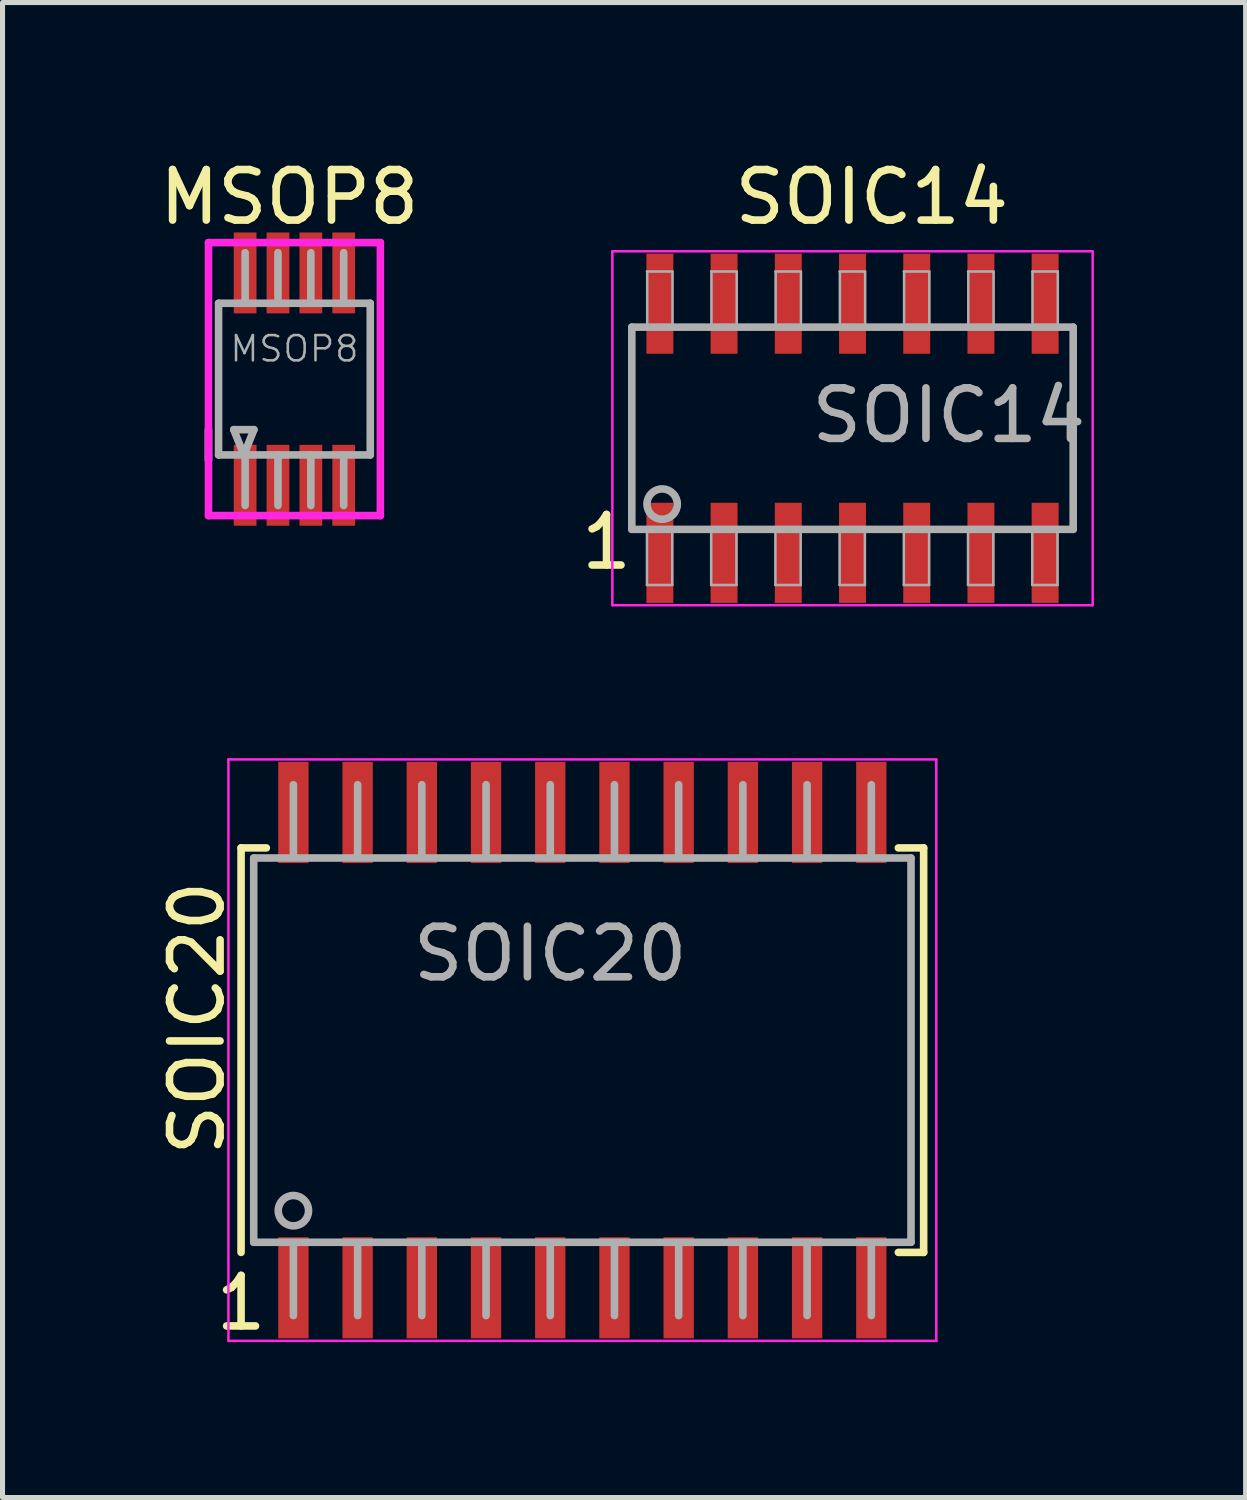
<source format=kicad_pcb>
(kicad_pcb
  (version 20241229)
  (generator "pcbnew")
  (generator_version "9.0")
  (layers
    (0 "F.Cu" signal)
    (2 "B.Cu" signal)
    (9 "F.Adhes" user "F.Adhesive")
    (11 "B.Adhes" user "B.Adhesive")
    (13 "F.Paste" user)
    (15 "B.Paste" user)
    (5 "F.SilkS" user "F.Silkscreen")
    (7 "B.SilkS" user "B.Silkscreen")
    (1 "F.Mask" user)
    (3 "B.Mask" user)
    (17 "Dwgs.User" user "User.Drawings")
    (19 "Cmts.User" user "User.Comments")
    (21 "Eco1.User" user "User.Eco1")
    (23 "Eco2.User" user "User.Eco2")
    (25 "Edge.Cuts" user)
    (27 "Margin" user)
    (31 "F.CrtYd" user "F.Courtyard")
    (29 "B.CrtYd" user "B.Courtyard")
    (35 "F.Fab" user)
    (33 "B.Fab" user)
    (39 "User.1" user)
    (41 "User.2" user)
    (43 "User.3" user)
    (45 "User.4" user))
  (footprint "MSOP8"
    (layer "F.Cu")
    (at 2.773 4.448)
    (property "Reference" "MSOP8" (at -0.1 -3.6 0) (layer "F.SilkS") (effects (font (size 1 1) (thickness 0.15))))
    (attr smd)
    (fp_line (start -1.7 1) (end -1.7 1.6) (stroke (width 0.15) (type solid)) (layer "F.SilkS"))
    (fp_line (start -1.7 -2.7) (end 1.7 -2.7) (stroke (width 0.15) (type solid)) (layer "F.CrtYd"))
    (fp_line (start -1.7 2.7) (end -1.7 -2.7) (stroke (width 0.15) (type solid)) (layer "F.CrtYd"))
    (fp_line (start 1.7 -2.7) (end 1.7 2.7) (stroke (width 0.15) (type solid)) (layer "F.CrtYd"))
    (fp_line (start 1.7 2.7) (end -1.7 2.7) (stroke (width 0.15) (type solid)) (layer "F.CrtYd"))
    (fp_line (start -1.5 -1.5) (end 1.5 -1.5) (stroke (width 0.15) (type solid)) (layer "F.Fab"))
    (fp_line (start -1.5 1.5) (end -1.5 -1.5) (stroke (width 0.15) (type solid)) (layer "F.Fab"))
    (fp_line (start -1.2 1) (end -0.8 1) (stroke (width 0.15) (type solid)) (layer "F.Fab"))
    (fp_line (start -1 1.5) (end -1.2 1) (stroke (width 0.15) (type solid)) (layer "F.Fab"))
    (fp_line (start -0.975 -1.5) (end -0.975 -2.5) (stroke (width 0.15) (type solid)) (layer "F.Fab"))
    (fp_line (start -0.975 2.5) (end -0.975 1.5) (stroke (width 0.15) (type solid)) (layer "F.Fab"))
    (fp_line (start -0.8 1) (end -1 1.5) (stroke (width 0.15) (type solid)) (layer "F.Fab"))
    (fp_line (start -0.325 -1.5) (end -0.325 -2.5) (stroke (width 0.15) (type solid)) (layer "F.Fab"))
    (fp_line (start -0.325 2.5) (end -0.325 1.5) (stroke (width 0.15) (type solid)) (layer "F.Fab"))
    (fp_line (start 0.325 -1.5) (end 0.325 -2.5) (stroke (width 0.15) (type solid)) (layer "F.Fab"))
    (fp_line (start 0.325 2.5) (end 0.325 1.5) (stroke (width 0.15) (type solid)) (layer "F.Fab"))
    (fp_line (start 0.975 -1.5) (end 0.975 -2.5) (stroke (width 0.15) (type solid)) (layer "F.Fab"))
    (fp_line (start 0.975 2.5) (end 0.975 1.5) (stroke (width 0.15) (type solid)) (layer "F.Fab"))
    (fp_line (start 1.5 -1.5) (end 1.5 1.5) (stroke (width 0.15) (type solid)) (layer "F.Fab"))
    (fp_line (start 1.5 1.5) (end -1.5 1.5) (stroke (width 0.15) (type solid)) (layer "F.Fab"))
    (fp_text user "${REFERENCE}" (at 0 -0.6 0) (layer "F.Fab") (effects (font (size 0.5 0.5) (thickness 0.05))))
    (pad "1" smd rect (at -0.975 2.1) (size 0.45 1.6) (layers "F.Cu" "F.Mask" "F.Paste"))
    (pad "2" smd rect (at -0.325 2.1) (size 0.45 1.6) (layers "F.Cu" "F.Mask" "F.Paste"))
    (pad "3" smd rect (at 0.325 2.1) (size 0.45 1.6) (layers "F.Cu" "F.Mask" "F.Paste"))
    (pad "4" smd rect (at 0.975 2.1) (size 0.45 1.6) (layers "F.Cu" "F.Mask" "F.Paste"))
    (pad "5" smd rect (at 0.975 -2.1) (size 0.45 1.6) (layers "F.Cu" "F.Mask" "F.Paste"))
    (pad "6" smd rect (at 0.325 -2.1) (size 0.45 1.6) (layers "F.Cu" "F.Mask" "F.Paste"))
    (pad "7" smd rect (at -0.325 -2.1) (size 0.45 1.6) (layers "F.Cu" "F.Mask" "F.Paste"))
    (pad "8" smd rect (at -0.975 -2.1) (size 0.45 1.6) (layers "F.Cu" "F.Mask" "F.Paste")))
  (footprint "SOIC14"
    (layer "F.Cu")
    (at 13.811 5.42)
    (property "Reference" "SOIC14" (at 0.381 -4.572 0) (layer "F.SilkS") (effects (font (size 1 1) (thickness 0.15))))
    (attr smd)
    (fp_line (start -4.75 -3.5) (end 4.75 -3.5) (stroke (width 0.05) (type solid)) (layer "F.CrtYd"))
    (fp_line (start -4.75 3.5) (end -4.75 -3.5) (stroke (width 0.05) (type solid)) (layer "F.CrtYd"))
    (fp_line (start 4.75 -3.5) (end 4.75 3.5) (stroke (width 0.05) (type solid)) (layer "F.CrtYd"))
    (fp_line (start 4.75 3.5) (end -4.75 3.5) (stroke (width 0.05) (type solid)) (layer "F.CrtYd"))
    (fp_line (start -4.365 -2) (end 4.365 -2) (stroke (width 0.15) (type solid)) (layer "F.Fab"))
    (fp_line (start -4.365 2) (end -4.365 -2) (stroke (width 0.15) (type solid)) (layer "F.Fab"))
    (fp_line (start -4.065 -3.1) (end -3.565 -3.1) (stroke (width 0.05) (type solid)) (layer "F.Fab"))
    (fp_line (start -4.065 3.1) (end -4.065 2) (stroke (width 0.05) (type solid)) (layer "F.Fab"))
    (fp_line (start -4.065 3.1) (end -3.565 3.1) (stroke (width 0.05) (type solid)) (layer "F.Fab"))
    (fp_line (start -4.06 -2) (end -4.06 -3.1) (stroke (width 0.05) (type solid)) (layer "F.Fab"))
    (fp_line (start -3.565 3.1) (end -3.565 2) (stroke (width 0.05) (type solid)) (layer "F.Fab"))
    (fp_line (start -3.56 -2) (end -3.56 -3.1) (stroke (width 0.05) (type solid)) (layer "F.Fab"))
    (fp_line (start -2.795 -3.1) (end -2.295 -3.1) (stroke (width 0.05) (type solid)) (layer "F.Fab"))
    (fp_line (start -2.795 3.1) (end -2.795 2) (stroke (width 0.05) (type solid)) (layer "F.Fab"))
    (fp_line (start -2.795 3.1) (end -2.295 3.1) (stroke (width 0.05) (type solid)) (layer "F.Fab"))
    (fp_line (start -2.79 -2) (end -2.79 -3.1) (stroke (width 0.05) (type solid)) (layer "F.Fab"))
    (fp_line (start -2.295 3.1) (end -2.295 2) (stroke (width 0.05) (type solid)) (layer "F.Fab"))
    (fp_line (start -2.29 -2) (end -2.29 -3.1) (stroke (width 0.05) (type solid)) (layer "F.Fab"))
    (fp_line (start -1.525 -3.1) (end -1.025 -3.1) (stroke (width 0.05) (type solid)) (layer "F.Fab"))
    (fp_line (start -1.525 3.1) (end -1.525 2) (stroke (width 0.05) (type solid)) (layer "F.Fab"))
    (fp_line (start -1.525 3.1) (end -1.025 3.1) (stroke (width 0.05) (type solid)) (layer "F.Fab"))
    (fp_line (start -1.52 -2) (end -1.52 -3.1) (stroke (width 0.05) (type solid)) (layer "F.Fab"))
    (fp_line (start -1.025 3.1) (end -1.025 2) (stroke (width 0.05) (type solid)) (layer "F.Fab"))
    (fp_line (start -1.02 -2) (end -1.02 -3.1) (stroke (width 0.05) (type solid)) (layer "F.Fab"))
    (fp_line (start -0.255 -3.1) (end 0.245 -3.1) (stroke (width 0.05) (type solid)) (layer "F.Fab"))
    (fp_line (start -0.255 3.1) (end -0.255 2) (stroke (width 0.05) (type solid)) (layer "F.Fab"))
    (fp_line (start -0.255 3.1) (end 0.245 3.1) (stroke (width 0.05) (type solid)) (layer "F.Fab"))
    (fp_line (start -0.25 -2) (end -0.25 -3.1) (stroke (width 0.05) (type solid)) (layer "F.Fab"))
    (fp_line (start 0.245 3.1) (end 0.245 2) (stroke (width 0.05) (type solid)) (layer "F.Fab"))
    (fp_line (start 0.25 -2) (end 0.25 -3.1) (stroke (width 0.05) (type solid)) (layer "F.Fab"))
    (fp_line (start 1.015 -3.1) (end 1.515 -3.1) (stroke (width 0.05) (type solid)) (layer "F.Fab"))
    (fp_line (start 1.015 3.1) (end 1.015 2) (stroke (width 0.05) (type solid)) (layer "F.Fab"))
    (fp_line (start 1.015 3.1) (end 1.515 3.1) (stroke (width 0.05) (type solid)) (layer "F.Fab"))
    (fp_line (start 1.02 -2) (end 1.02 -3.1) (stroke (width 0.05) (type solid)) (layer "F.Fab"))
    (fp_line (start 1.515 3.1) (end 1.515 2) (stroke (width 0.05) (type solid)) (layer "F.Fab"))
    (fp_line (start 1.52 -2) (end 1.52 -3.1) (stroke (width 0.05) (type solid)) (layer "F.Fab"))
    (fp_line (start 2.285 -3.1) (end 2.785 -3.1) (stroke (width 0.05) (type solid)) (layer "F.Fab"))
    (fp_line (start 2.285 3.1) (end 2.285 2) (stroke (width 0.05) (type solid)) (layer "F.Fab"))
    (fp_line (start 2.285 3.1) (end 2.785 3.1) (stroke (width 0.05) (type solid)) (layer "F.Fab"))
    (fp_line (start 2.29 -2) (end 2.29 -3.1) (stroke (width 0.05) (type solid)) (layer "F.Fab"))
    (fp_line (start 2.785 3.1) (end 2.785 2) (stroke (width 0.05) (type solid)) (layer "F.Fab"))
    (fp_line (start 2.79 -2) (end 2.79 -3.1) (stroke (width 0.05) (type solid)) (layer "F.Fab"))
    (fp_line (start 3.555 -3.1) (end 4.055 -3.1) (stroke (width 0.05) (type solid)) (layer "F.Fab"))
    (fp_line (start 3.555 3.1) (end 3.555 2) (stroke (width 0.05) (type solid)) (layer "F.Fab"))
    (fp_line (start 3.555 3.1) (end 4.055 3.1) (stroke (width 0.05) (type solid)) (layer "F.Fab"))
    (fp_line (start 3.56 -2) (end 3.56 -3.1) (stroke (width 0.05) (type solid)) (layer "F.Fab"))
    (fp_line (start 4.055 3.1) (end 4.055 2) (stroke (width 0.05) (type solid)) (layer "F.Fab"))
    (fp_line (start 4.06 -2) (end 4.06 -3.1) (stroke (width 0.05) (type solid)) (layer "F.Fab"))
    (fp_line (start 4.365 -2) (end 4.365 2) (stroke (width 0.15) (type solid)) (layer "F.Fab"))
    (fp_line (start 4.365 2) (end -4.365 2) (stroke (width 0.15) (type solid)) (layer "F.Fab"))
    (fp_circle (center -3.765 1.5) (end -3.465 1.5) (stroke (width 0.15) (type solid)) (fill no) (layer "F.Fab"))
    (fp_text user "1" (at -4.865 2.25 0) (layer "F.SilkS") (effects (font (size 1 1) (thickness 0.15))))
    (fp_text user "${REFERENCE}" (at 1.905 -0.254 0) (layer "F.Fab") (effects (font (size 1 1) (thickness 0.15))))
    (pad "1" smd rect (at -3.81 2.464) (size 0.533 1.981) (layers "F.Cu" "F.Mask" "F.Paste"))
    (pad "2" smd rect (at -2.54 2.464) (size 0.533 1.981) (layers "F.Cu" "F.Mask" "F.Paste"))
    (pad "3" smd rect (at -1.27 2.464) (size 0.533 1.981) (layers "F.Cu" "F.Mask" "F.Paste"))
    (pad "4" smd rect (at 0 2.464) (size 0.533 1.981) (layers "F.Cu" "F.Mask" "F.Paste"))
    (pad "5" smd rect (at 1.27 2.464) (size 0.533 1.981) (layers "F.Cu" "F.Mask" "F.Paste"))
    (pad "6" smd rect (at 2.54 2.464) (size 0.533 1.981) (layers "F.Cu" "F.Mask" "F.Paste"))
    (pad "7" smd rect (at 3.81 2.464) (size 0.533 1.981) (layers "F.Cu" "F.Mask" "F.Paste"))
    (pad "8" smd rect (at 3.81 -2.464) (size 0.533 1.981) (layers "F.Cu" "F.Mask" "F.Paste"))
    (pad "9" smd rect (at 2.54 -2.464) (size 0.533 1.981) (layers "F.Cu" "F.Mask" "F.Paste"))
    (pad "10" smd rect (at 1.27 -2.464) (size 0.533 1.981) (layers "F.Cu" "F.Mask" "F.Paste"))
    (pad "11" smd rect (at 0 -2.464) (size 0.533 1.981) (layers "F.Cu" "F.Mask" "F.Paste"))
    (pad "12" smd rect (at -1.27 -2.464) (size 0.533 1.981) (layers "F.Cu" "F.Mask" "F.Paste"))
    (pad "13" smd rect (at -2.54 -2.464) (size 0.533 1.981) (layers "F.Cu" "F.Mask" "F.Paste"))
    (pad "14" smd rect (at -3.81 -2.464) (size 0.533 1.981) (layers "F.Cu" "F.Mask" "F.Paste")))
  (footprint "SOIC20"
    (layer "F.Cu")
    (at 8.468 17.72)
    (property "Reference" "SOIC20" (at -7.62 -0.635 90) (layer "F.SilkS") (effects (font (size 1 1) (thickness 0.15))))
    (attr smd)
    (fp_line (start -6.75 -4) (end -6.75 4) (stroke (width 0.15) (type solid)) (layer "F.SilkS"))
    (fp_line (start -6.25 -4) (end -6.75 -4) (stroke (width 0.15) (type solid)) (layer "F.SilkS"))
    (fp_line (start 6.25 -4) (end 6.75 -4) (stroke (width 0.15) (type solid)) (layer "F.SilkS"))
    (fp_line (start 6.75 -4) (end 6.75 4) (stroke (width 0.15) (type solid)) (layer "F.SilkS"))
    (fp_line (start 6.75 4) (end 6.25 4) (stroke (width 0.15) (type solid)) (layer "F.SilkS"))
    (fp_line (start -7 -5.75) (end 7 -5.75) (stroke (width 0.05) (type solid)) (layer "F.CrtYd"))
    (fp_line (start -7 5.75) (end -7 -5.75) (stroke (width 0.05) (type solid)) (layer "F.CrtYd"))
    (fp_line (start 7 -5.75) (end 7 5.75) (stroke (width 0.05) (type solid)) (layer "F.CrtYd"))
    (fp_line (start 7 5.75) (end -7 5.75) (stroke (width 0.05) (type solid)) (layer "F.CrtYd"))
    (fp_line (start -6.5 -3.8) (end 6.5 -3.8) (stroke (width 0.15) (type solid)) (layer "F.Fab"))
    (fp_line (start -6.5 3.8) (end -6.5 -3.8) (stroke (width 0.15) (type solid)) (layer "F.Fab"))
    (fp_line (start -5.715 -5.25) (end -5.715 -3.81) (stroke (width 0.15) (type solid)) (layer "F.Fab"))
    (fp_line (start -5.715 5.25) (end -5.715 3.81) (stroke (width 0.15) (type solid)) (layer "F.Fab"))
    (fp_line (start -4.445 -5.25) (end -4.445 -3.81) (stroke (width 0.15) (type solid)) (layer "F.Fab"))
    (fp_line (start -4.445 5.25) (end -4.445 3.81) (stroke (width 0.15) (type solid)) (layer "F.Fab"))
    (fp_line (start -3.175 -5.25) (end -3.175 -3.81) (stroke (width 0.15) (type solid)) (layer "F.Fab"))
    (fp_line (start -3.175 5.25) (end -3.175 3.81) (stroke (width 0.15) (type solid)) (layer "F.Fab"))
    (fp_line (start -1.905 -5.25) (end -1.905 -3.81) (stroke (width 0.15) (type solid)) (layer "F.Fab"))
    (fp_line (start -1.905 5.25) (end -1.905 3.81) (stroke (width 0.15) (type solid)) (layer "F.Fab"))
    (fp_line (start -0.635 -5.25) (end -0.635 -3.81) (stroke (width 0.15) (type solid)) (layer "F.Fab"))
    (fp_line (start -0.635 5.25) (end -0.635 3.81) (stroke (width 0.15) (type solid)) (layer "F.Fab"))
    (fp_line (start 0.635 -5.25) (end 0.635 -3.81) (stroke (width 0.15) (type solid)) (layer "F.Fab"))
    (fp_line (start 0.635 5.25) (end 0.635 3.81) (stroke (width 0.15) (type solid)) (layer "F.Fab"))
    (fp_line (start 1.905 -5.25) (end 1.905 -3.81) (stroke (width 0.15) (type solid)) (layer "F.Fab"))
    (fp_line (start 1.905 5.25) (end 1.905 3.81) (stroke (width 0.15) (type solid)) (layer "F.Fab"))
    (fp_line (start 3.175 -5.25) (end 3.175 -3.81) (stroke (width 0.15) (type solid)) (layer "F.Fab"))
    (fp_line (start 3.175 5.25) (end 3.175 3.81) (stroke (width 0.15) (type solid)) (layer "F.Fab"))
    (fp_line (start 4.445 -5.25) (end 4.445 -3.81) (stroke (width 0.15) (type solid)) (layer "F.Fab"))
    (fp_line (start 4.445 5.25) (end 4.445 3.81) (stroke (width 0.15) (type solid)) (layer "F.Fab"))
    (fp_line (start 5.715 -5.25) (end 5.715 -3.81) (stroke (width 0.15) (type solid)) (layer "F.Fab"))
    (fp_line (start 5.715 5.25) (end 5.715 3.81) (stroke (width 0.15) (type solid)) (layer "F.Fab"))
    (fp_line (start 6.5 -3.8) (end 6.5 3.8) (stroke (width 0.15) (type solid)) (layer "F.Fab"))
    (fp_line (start 6.5 3.8) (end -6.5 3.8) (stroke (width 0.15) (type solid)) (layer "F.Fab"))
    (fp_circle (center -5.715 3.175) (end -5.415 3.175) (stroke (width 0.15) (type solid)) (fill no) (layer "F.Fab"))
    (fp_text user "1" (at -6.75 5 0) (layer "F.SilkS") (effects (font (size 1 1) (thickness 0.15))))
    (fp_text user "${REFERENCE}" (at -0.635 -1.905 0) (layer "F.Fab") (effects (font (size 1 1) (thickness 0.15))))
    (pad "1" smd rect (at -5.715 4.7) (size 0.6 2) (layers "F.Cu" "F.Mask" "F.Paste"))
    (pad "2" smd rect (at -4.445 4.7) (size 0.6 2) (layers "F.Cu" "F.Mask" "F.Paste"))
    (pad "3" smd rect (at -3.175 4.7) (size 0.6 2) (layers "F.Cu" "F.Mask" "F.Paste"))
    (pad "4" smd rect (at -1.905 4.7) (size 0.6 2) (layers "F.Cu" "F.Mask" "F.Paste"))
    (pad "5" smd rect (at -0.635 4.7) (size 0.6 2) (layers "F.Cu" "F.Mask" "F.Paste"))
    (pad "6" smd rect (at 0.635 4.7) (size 0.6 2) (layers "F.Cu" "F.Mask" "F.Paste"))
    (pad "7" smd rect (at 1.905 4.7) (size 0.6 2) (layers "F.Cu" "F.Mask" "F.Paste"))
    (pad "8" smd rect (at 3.175 4.7) (size 0.6 2) (layers "F.Cu" "F.Mask" "F.Paste"))
    (pad "9" smd rect (at 4.445 4.7) (size 0.6 2) (layers "F.Cu" "F.Mask" "F.Paste"))
    (pad "10" smd rect (at 5.715 4.7) (size 0.6 2) (layers "F.Cu" "F.Mask" "F.Paste"))
    (pad "11" smd rect (at 5.715 -4.7) (size 0.6 2) (layers "F.Cu" "F.Mask" "F.Paste"))
    (pad "12" smd rect (at 4.445 -4.7) (size 0.6 2) (layers "F.Cu" "F.Mask" "F.Paste"))
    (pad "13" smd rect (at 3.175 -4.7) (size 0.6 2) (layers "F.Cu" "F.Mask" "F.Paste"))
    (pad "14" smd rect (at 1.905 -4.7) (size 0.6 2) (layers "F.Cu" "F.Mask" "F.Paste"))
    (pad "15" smd rect (at 0.635 -4.7) (size 0.6 2) (layers "F.Cu" "F.Mask" "F.Paste"))
    (pad "16" smd rect (at -0.635 -4.7) (size 0.6 2) (layers "F.Cu" "F.Mask" "F.Paste"))
    (pad "17" smd rect (at -1.905 -4.7) (size 0.6 2) (layers "F.Cu" "F.Mask" "F.Paste"))
    (pad "18" smd rect (at -3.175 -4.7) (size 0.6 2) (layers "F.Cu" "F.Mask" "F.Paste"))
    (pad "19" smd rect (at -4.445 -4.7) (size 0.6 2) (layers "F.Cu" "F.Mask" "F.Paste"))
    (pad "20" smd rect (at -5.715 -4.7) (size 0.6 2) (layers "F.Cu" "F.Mask" "F.Paste")))
  (gr_rect
    (start -3 -3)
    (end 21.586 26.569)
    (stroke (width 0.1) (type default))
    (fill no)
    (layer "Edge.Cuts")))
</source>
